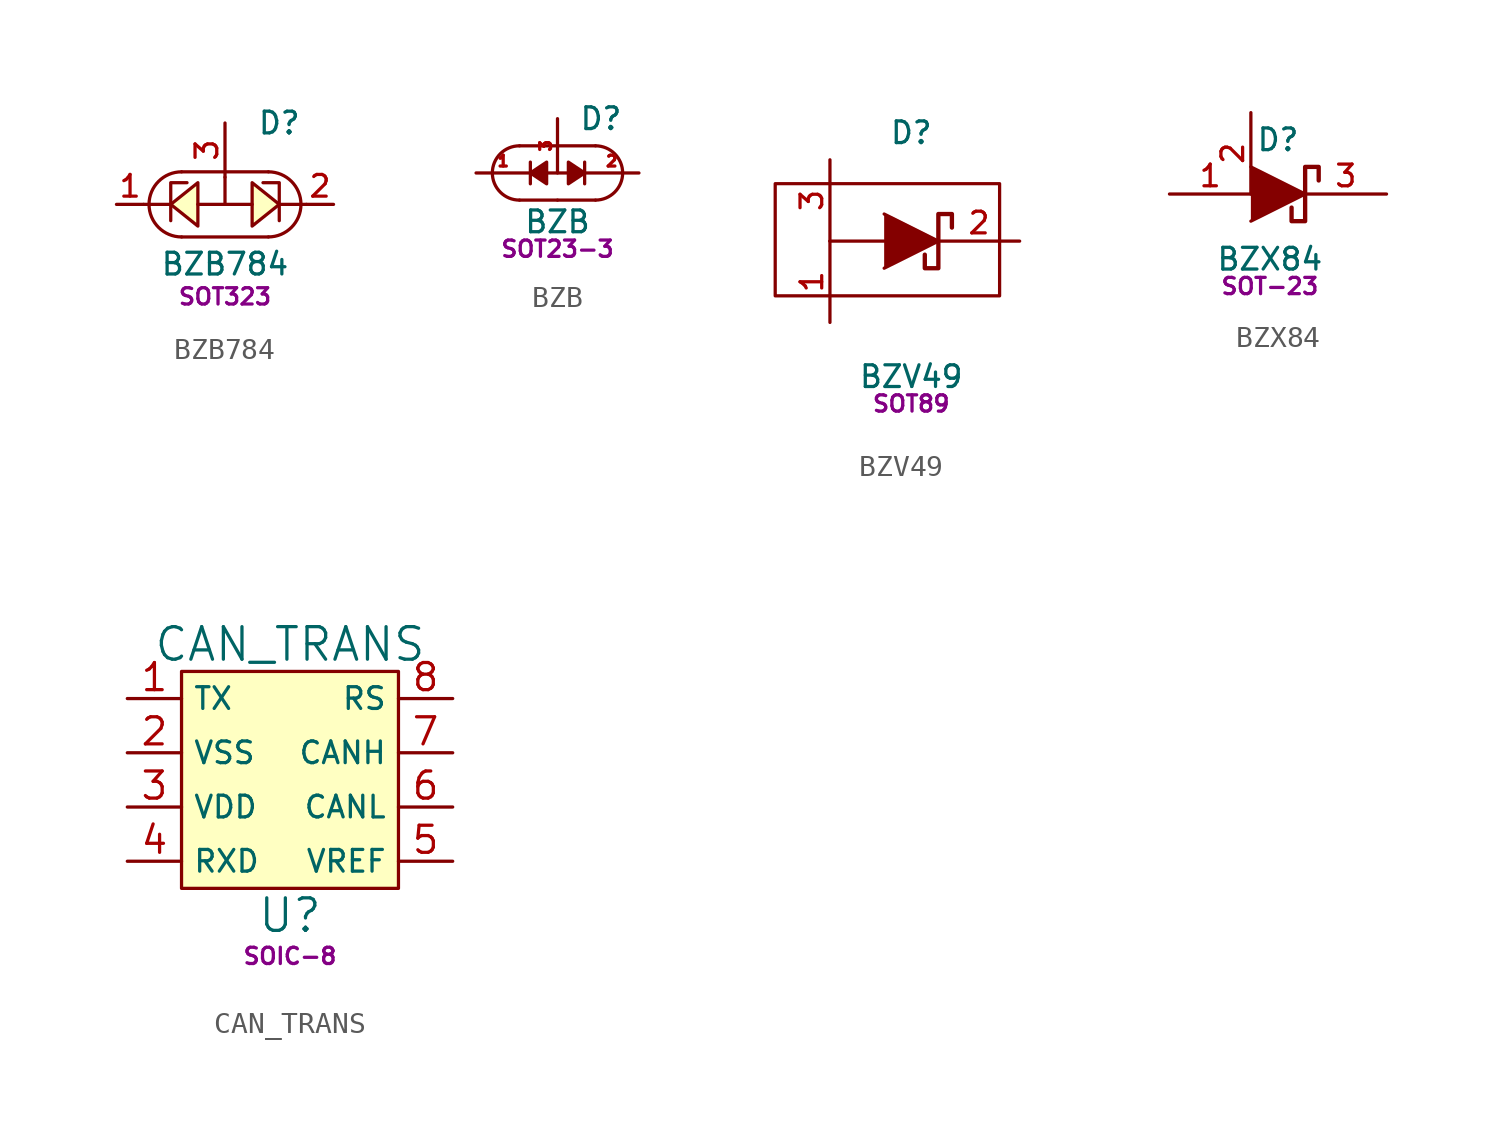
<source format=kicad_sym>
(kicad_symbol_lib
  (version 20220914)
  (generator kicad_symbol_editor)
  (symbol "BZB784"
    (pin_names
      (offset 1.016) hide)
    (property "Reference" "D"
      (at 2.54 3.81 0)
      (effects (font (size 1.016 1.016))))
    (property "Value" "BZB784"
      (at 0 -2.794 0)
      (effects (font (size 1.016 1.016))))
    (property "Footprint" "SOT323"
      (at 0 -4.318 0)
      (effects (font (size 0.762 0.762))))
    (property "Datasheet" ""
      (at 0 0 0)
      (effects (font (size 1.524 1.524))))
    (symbol "BZB784_0_1"
      (arc (start -2.032 1.524) (mid -3.5494 0) (end -2.032 -1.524) (stroke (width 0) (type default)) (fill (type none)))
      (polyline (pts (xy -2.54 0) (xy -3.81 0)) (stroke (width 0) (type default)) (fill (type none)))
      (polyline (pts (xy -2.54 0) (xy -2.54 -0.762)) (stroke (width 0) (type default)) (fill (type none)))
      (polyline (pts (xy -2.032 -1.524) (xy 2.032 -1.524)) (stroke (width 0) (type default)) (fill (type none)))
      (polyline (pts (xy -1.27 0) (xy 0 0)) (stroke (width 0) (type default)) (fill (type none)))
      (polyline (pts (xy 0 0) (xy 1.27 0)) (stroke (width 0) (type default)) (fill (type none)))
      (polyline (pts (xy 0 1.27) (xy 0 0)) (stroke (width 0) (type default)) (fill (type none)))
      (polyline (pts (xy 2.032 1.524) (xy -2.032 1.524)) (stroke (width 0) (type default)) (fill (type none)))
      (polyline (pts (xy 2.54 0) (xy 2.54 -0.762)) (stroke (width 0) (type default)) (fill (type none)))
      (polyline (pts (xy 3.81 0) (xy 2.54 0)) (stroke (width 0) (type default)) (fill (type none)))
      (polyline (pts (xy -2.54 0) (xy -2.54 1.016) (xy -1.778 1.016)) (stroke (width 0) (type default)) (fill (type none)))
      (polyline (pts (xy 2.54 0) (xy 2.54 1.016) (xy 1.778 1.016)) (stroke (width 0) (type default)) (fill (type none)))
      (polyline (pts (xy -2.54 0) (xy -1.27 1.016) (xy -1.27 -1.016) (xy -2.54 0)) (stroke (width 0) (type default)) (fill (type background)))
      (polyline (pts (xy 1.27 0) (xy 1.27 1.016) (xy 2.54 0) (xy 1.27 -1.016) (xy 1.27 0)) (stroke (width 0) (type default)) (fill (type background)))
      (arc (start 2.032 -1.524) (mid 3.5494 0) (end 2.032 1.524) (stroke (width 0) (type default)) (fill (type none))))
    (symbol "BZB784_1_1"
      (pin passive line (at -5.08 0 0) (length 1.27) (name "A" (effects (font (size 1.016 1.016)))) (number "1" (effects (font (size 1.016 1.016)))))
      (pin passive line (at 5.08 0 180) (length 1.27) (name "K" (effects (font (size 1.016 1.016)))) (number "2" (effects (font (size 1.016 1.016)))))
      (pin passive line (at 0 3.81 270) (length 2.54) (name "A" (effects (font (size 1.016 1.016)))) (number "3" (effects (font (size 1.016 1.016)))))))
  (symbol "BZB"
    (pin_names
      (offset 1.016) hide)
    (property "Reference" "D"
      (at 2.032 2.54 0)
      (effects (font (size 1.016 1.016))))
    (property "Value" "BZB"
      (at 0 -2.286 0)
      (effects (font (size 1.016 1.016))))
    (property "Footprint" "SOT23-3"
      (at 0 -3.556 0)
      (effects (font (size 0.762 0.762))))
    (property "Datasheet" ""
      (at 0 0 0)
      (effects (font (size 1.524 1.524))))
    (symbol "BZB_0_1"
      (arc (start -1.778 1.27) (mid -3.0425 0) (end -1.778 -1.27) (stroke (width 0) (type default)) (fill (type none)))
      (polyline (pts (xy -1.27 0) (xy -1.27 -0.508)) (stroke (width 0) (type default)) (fill (type none)))
      (polyline (pts (xy -1.27 0) (xy -1.27 0.508)) (stroke (width 0) (type default)) (fill (type none)))
      (polyline (pts (xy -0.508 0) (xy 0.508 0)) (stroke (width 0) (type default)) (fill (type none)))
      (polyline (pts (xy 0 -1.27) (xy -1.778 -1.27)) (stroke (width 0) (type default)) (fill (type none)))
      (polyline (pts (xy 0 -1.27) (xy 1.778 -1.27)) (stroke (width 0) (type default)) (fill (type none)))
      (polyline (pts (xy 0 1.27) (xy -1.778 1.27)) (stroke (width 0) (type default)) (fill (type none)))
      (polyline (pts (xy 0 1.27) (xy 1.778 1.27)) (stroke (width 0) (type default)) (fill (type none)))
      (polyline (pts (xy 1.27 0) (xy 1.27 -0.508)) (stroke (width 0) (type default)) (fill (type none)))
      (polyline (pts (xy 1.27 0) (xy 1.27 0.508)) (stroke (width 0) (type default)) (fill (type none)))
      (polyline (pts (xy -1.27 0) (xy -0.508 0.508) (xy -0.508 -0.508) (xy -1.27 0)) (stroke (width 0) (type default)) (fill (type outline)))
      (polyline (pts (xy 0.508 0) (xy 0.508 0.508) (xy 1.27 0) (xy 0.508 -0.508) (xy 0.508 0)) (stroke (width 0) (type default)) (fill (type outline)))
      (arc (start 1.778 -1.27) (mid 3.0425 0) (end 1.778 1.27) (stroke (width 0) (type default)) (fill (type none))))
    (symbol "BZB_1_1"
      (pin passive line (at -3.81 0 0) (length 2.54) (name "A" (effects (font (size 1.016 1.016)))) (number "1" (effects (font (size 0.508 0.508)))))
      (pin passive line (at 3.81 0 180) (length 2.54) (name "K" (effects (font (size 1.016 1.016)))) (number "2" (effects (font (size 0.508 0.508)))))
      (pin passive line (at 0 2.54 270) (length 2.54) (name "A" (effects (font (size 1.016 1.016)))) (number "3" (effects (font (size 0.508 0.508)))))))
  (symbol "BZV49"
    (pin_names
      (offset 1.016) hide)
    (property "Reference" "D"
      (at 0 5.08 0)
      (effects (font (size 1.016 1.016))))
    (property "Value" "BZV49"
      (at 0 -6.35 0)
      (effects (font (size 1.016 1.016))))
    (property "Footprint" "SOT89"
      (at 0 -7.62 0)
      (effects (font (size 0.762 0.762))))
    (property "Datasheet" ""
      (at 0 0 0)
      (effects (font (size 1.524 1.524))))
    (symbol "BZV49_0_1"
      (rectangle (start -6.375 2.692) (end 4.14 -2.565) (stroke (width 0) (type default)) (fill (type none)))
      (polyline (pts (xy -1.27 0) (xy -3.81 0) (xy -3.81 0)) (stroke (width 0) (type default)) (fill (type none)))
      (polyline (pts (xy -1.27 1.27) (xy 1.27 0) (xy -1.27 -1.27)) (stroke (width 0) (type default)) (fill (type outline)))
      (polyline (pts (xy 1.905 0.635) (xy 1.905 1.27) (xy 1.27 1.27) (xy 1.27 -1.27) (xy 0.635 -1.27) (xy 0.635 -0.635)) (stroke (width 0.203) (type default)) (fill (type none))))
    (symbol "BZV49_1_1"
      (pin passive line (at -3.81 -3.81 90) (length 3.81) (name "A" (effects (font (size 1.016 1.016)))) (number "1" (effects (font (size 1.016 1.016)))))
      (pin passive line (at 5.08 0 180) (length 3.81) (name "K" (effects (font (size 1.016 1.016)))) (number "2" (effects (font (size 1.016 1.016)))))
      (pin passive line (at -3.81 3.81 270) (length 3.81) (name "A" (effects (font (size 1.016 1.016)))) (number "3" (effects (font (size 1.016 1.016)))))))
  (symbol "BZX84"
    (pin_names
      (offset 1.016) hide)
    (property "Reference" "D"
      (at 0 2.54 0)
      (effects (font (size 1.016 1.016))))
    (property "Value" "BZX84"
      (at -0.381 -3.048 0)
      (effects (font (size 1.016 1.016))))
    (property "Footprint" "SOT-23"
      (at -0.381 -4.318 0)
      (effects (font (size 0.762 0.762))))
    (property "Datasheet" ""
      (at 0 0 0)
      (effects (font (size 1.524 1.524))))
    (symbol "BZX84_0_1"
      (polyline (pts (xy -1.27 1.27) (xy 1.27 0) (xy -1.27 -1.27)) (stroke (width 0) (type default)) (fill (type outline)))
      (polyline (pts (xy 1.905 0.635) (xy 1.905 1.27) (xy 1.27 1.27) (xy 1.27 -1.27) (xy 0.635 -1.27) (xy 0.635 -0.635)) (stroke (width 0.203) (type default)) (fill (type none))))
    (symbol "BZX84_1_1"
      (pin passive line (at -5.08 0 0) (length 3.81) (name "A" (effects (font (size 1.016 1.016)))) (number "1" (effects (font (size 1.016 1.016)))))
      (pin passive line (at -1.27 3.81 270) (length 3.81) (name "A" (effects (font (size 1.016 1.016)))) (number "2" (effects (font (size 1.016 1.016)))))
      (pin passive line (at 5.08 0 180) (length 3.81) (name "K" (effects (font (size 1.016 1.016)))) (number "3" (effects (font (size 1.016 1.016)))))))
  (symbol "CAN_TRANS"
    (property "Reference" "U"
      (at 0 -6.35 0)
      (effects (font (size 1.524 1.524))))
    (property "Value" "CAN_TRANS"
      (at 0 6.35 0)
      (effects (font (size 1.524 1.524))))
    (property "Footprint" "SOIC-8"
      (at 0 -8.255 0)
      (effects (font (size 0.762 0.762))))
    (property "Datasheet" ""
      (at 0 0 0)
      (effects (font (size 1.524 1.524))))
    (symbol "CAN_TRANS_0_1"
      (rectangle (start -5.08 5.08) (end 5.08 -5.08) (stroke (width 0) (type default)) (fill (type background))))
    (symbol "CAN_TRANS_1_1"
      (pin bidirectional line (at -7.62 3.81 0) (length 2.54) (name "TX" (effects (font (size 1.016 1.016)))) (number "1" (effects (font (size 1.27 1.27)))))
      (pin bidirectional line (at -7.62 1.27 0) (length 2.54) (name "VSS" (effects (font (size 1.016 1.016)))) (number "2" (effects (font (size 1.27 1.27)))))
      (pin bidirectional line (at -7.62 -1.27 0) (length 2.54) (name "VDD" (effects (font (size 1.016 1.016)))) (number "3" (effects (font (size 1.27 1.27)))))
      (pin bidirectional line (at -7.62 -3.81 0) (length 2.54) (name "RXD" (effects (font (size 1.016 1.016)))) (number "4" (effects (font (size 1.27 1.27)))))
      (pin bidirectional line (at 7.62 -3.81 180) (length 2.54) (name "VREF" (effects (font (size 1.016 1.016)))) (number "5" (effects (font (size 1.27 1.27)))))
      (pin bidirectional line (at 7.62 -1.27 180) (length 2.54) (name "CANL" (effects (font (size 1.016 1.016)))) (number "6" (effects (font (size 1.27 1.27)))))
      (pin bidirectional line (at 7.62 1.27 180) (length 2.54) (name "CANH" (effects (font (size 1.016 1.016)))) (number "7" (effects (font (size 1.27 1.27)))))
      (pin bidirectional line (at 7.62 3.81 180) (length 2.54) (name "RS" (effects (font (size 1.016 1.016)))) (number "8" (effects (font (size 1.27 1.27))))))))
</source>
